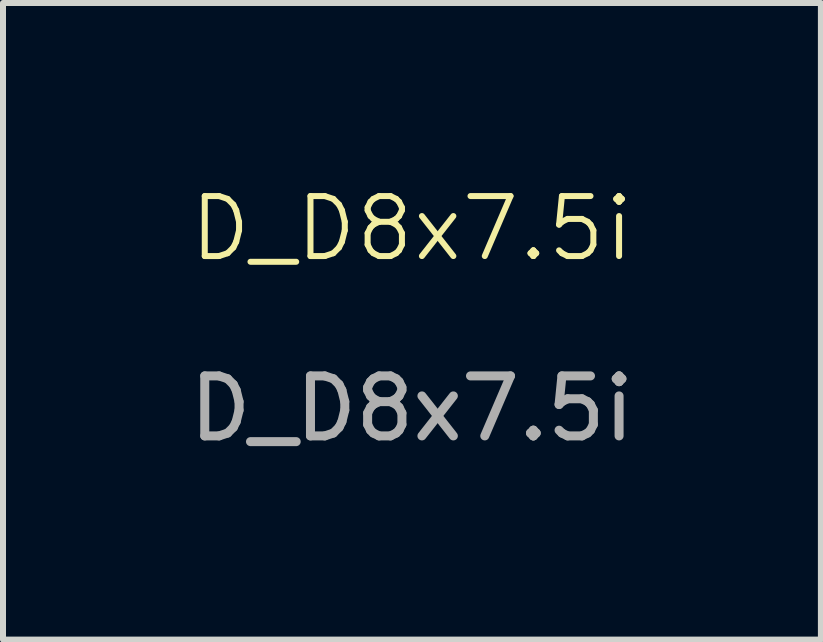
<source format=kicad_pcb>
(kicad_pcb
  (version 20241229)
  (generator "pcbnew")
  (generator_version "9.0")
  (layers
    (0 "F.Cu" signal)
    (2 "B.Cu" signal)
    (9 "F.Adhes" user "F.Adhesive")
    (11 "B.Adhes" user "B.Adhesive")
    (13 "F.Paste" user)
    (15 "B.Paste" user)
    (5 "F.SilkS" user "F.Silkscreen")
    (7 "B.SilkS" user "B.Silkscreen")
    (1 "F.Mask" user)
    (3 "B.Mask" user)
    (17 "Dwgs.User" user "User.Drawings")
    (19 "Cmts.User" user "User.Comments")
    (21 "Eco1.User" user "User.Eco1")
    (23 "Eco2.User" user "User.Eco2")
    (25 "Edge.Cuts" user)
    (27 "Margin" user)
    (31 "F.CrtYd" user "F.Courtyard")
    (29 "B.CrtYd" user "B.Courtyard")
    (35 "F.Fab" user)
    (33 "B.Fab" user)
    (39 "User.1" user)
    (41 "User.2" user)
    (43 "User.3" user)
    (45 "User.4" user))
  (footprint "D_D8x7.5i"
    (layer "F.Cu")
    (at 3.815 1.26)
    (property "Reference" "D_D8x7.5i" (at 0 -0.5 0) (unlocked yes) (layer "F.SilkS") (effects (font (size 1 1) (thickness 0.1))))
    (attr through_hole)
    (fp_text user "${REFERENCE}" (at 0 2.5 0) (unlocked yes) (layer "F.Fab") (effects (font (size 1 1) (thickness 0.15)))))
  (gr_rect
    (start -3 -3)
    (end 10.631 7.609)
    (stroke (width 0.1) (type default))
    (fill no)
    (layer "Edge.Cuts")))
</source>
